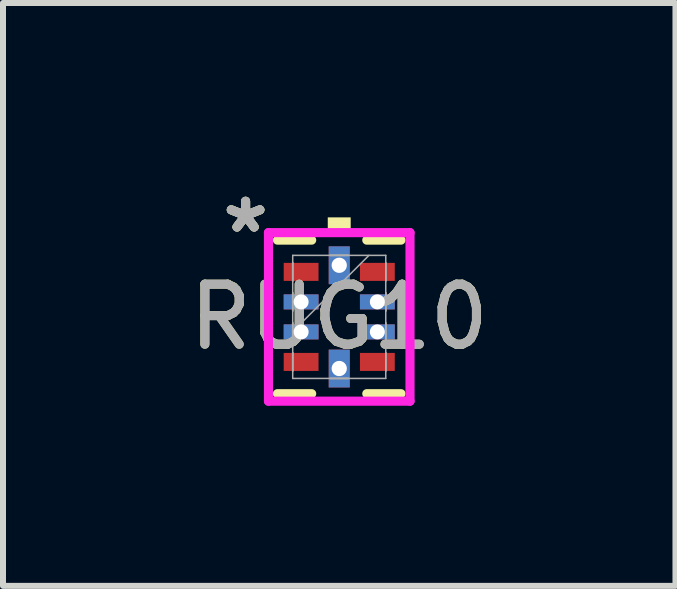
<source format=kicad_pcb>
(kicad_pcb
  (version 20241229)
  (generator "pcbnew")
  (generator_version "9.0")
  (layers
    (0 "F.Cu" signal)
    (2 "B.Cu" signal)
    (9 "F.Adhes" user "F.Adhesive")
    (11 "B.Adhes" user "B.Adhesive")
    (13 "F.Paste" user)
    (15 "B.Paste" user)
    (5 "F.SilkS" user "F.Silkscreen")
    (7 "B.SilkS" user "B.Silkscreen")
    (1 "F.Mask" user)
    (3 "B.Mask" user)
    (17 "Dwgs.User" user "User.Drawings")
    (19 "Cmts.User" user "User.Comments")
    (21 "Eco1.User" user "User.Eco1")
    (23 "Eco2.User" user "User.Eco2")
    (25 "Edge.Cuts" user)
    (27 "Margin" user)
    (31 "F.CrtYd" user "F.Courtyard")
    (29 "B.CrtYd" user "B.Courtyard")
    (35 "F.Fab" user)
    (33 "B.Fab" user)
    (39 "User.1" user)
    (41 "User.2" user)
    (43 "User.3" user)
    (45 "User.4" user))
  (footprint "RUG10"
    (layer "F.Cu")
    (at 2.601 2.229)
    (property "Reference" "RUG10" (at 0 0 0) (unlocked yes) (layer "F.SilkS") (effects (font (size 1 1) (thickness 0.15))))
    (attr through_hole)
    (fp_poly (pts (xy -0.975 -0.95) (xy -0.975 -0.55) (xy -0.295 -0.55) (xy -0.295 -0.95)) (stroke (width 0) (type solid)) (fill yes) (layer "F.Mask"))
    (fp_poly (pts (xy -0.975 -0.45) (xy -0.975 -0.05) (xy -0.295 -0.05) (xy -0.295 -0.45)) (stroke (width 0) (type solid)) (fill yes) (layer "F.Mask"))
    (fp_poly (pts (xy -0.975 0.05) (xy -0.975 0.45) (xy -0.295 0.45) (xy -0.295 0.05)) (stroke (width 0) (type solid)) (fill yes) (layer "F.Mask"))
    (fp_poly (pts (xy -0.975 0.55) (xy -0.975 0.95) (xy -0.295 0.95) (xy -0.295 0.55)) (stroke (width 0) (type solid)) (fill yes) (layer "F.Mask"))
    (fp_poly (pts (xy -0.2 -1.2) (xy -0.2 -0.52) (xy 0.2 -0.52) (xy 0.2 -1.2)) (stroke (width 0) (type solid)) (fill yes) (layer "F.Mask"))
    (fp_poly (pts (xy -0.2 0.52) (xy -0.2 1.2) (xy 0.2 1.2) (xy 0.2 0.52)) (stroke (width 0) (type solid)) (fill yes) (layer "F.Mask"))
    (fp_poly (pts (xy 0.295 -0.95) (xy 0.295 -0.55) (xy 0.975 -0.55) (xy 0.975 -0.95)) (stroke (width 0) (type solid)) (fill yes) (layer "F.Mask"))
    (fp_poly (pts (xy 0.295 -0.45) (xy 0.295 -0.05) (xy 0.975 -0.05) (xy 0.975 -0.45)) (stroke (width 0) (type solid)) (fill yes) (layer "F.Mask"))
    (fp_poly (pts (xy 0.295 0.05) (xy 0.295 0.45) (xy 0.975 0.45) (xy 0.975 0.05)) (stroke (width 0) (type solid)) (fill yes) (layer "F.Mask"))
    (fp_poly (pts (xy 0.295 0.55) (xy 0.295 0.95) (xy 0.975 0.95) (xy 0.975 0.55)) (stroke (width 0) (type solid)) (fill yes) (layer "F.Mask"))
    (fp_line (start -1.029 1.279) (end -0.459 1.279) (stroke (width 0.152) (type solid)) (layer "F.SilkS"))
    (fp_line (start -0.459 -1.279) (end -1.029 -1.279) (stroke (width 0.152) (type solid)) (layer "F.SilkS"))
    (fp_line (start 0.459 1.279) (end 1.029 1.279) (stroke (width 0.152) (type solid)) (layer "F.SilkS"))
    (fp_line (start 1.029 -1.279) (end 0.459 -1.279) (stroke (width 0.152) (type solid)) (layer "F.SilkS"))
    (fp_poly (pts (xy -0.191 -1.404) (xy -0.191 -1.658) (xy 0.191 -1.658) (xy 0.191 -1.404)) (stroke (width 0) (type solid)) (fill yes) (layer "F.SilkS"))
    (fp_poly (pts (xy -0.9 -0.875) (xy -0.9 -0.625) (xy -0.37 -0.625) (xy -0.37 -0.875)) (stroke (width 0) (type solid)) (fill yes) (layer "F.Paste"))
    (fp_poly (pts (xy -0.9 -0.375) (xy -0.9 -0.125) (xy -0.37 -0.125) (xy -0.37 -0.375)) (stroke (width 0) (type solid)) (fill yes) (layer "F.Paste"))
    (fp_poly (pts (xy -0.9 0.125) (xy -0.9 0.375) (xy -0.37 0.375) (xy -0.37 0.125)) (stroke (width 0) (type solid)) (fill yes) (layer "F.Paste"))
    (fp_poly (pts (xy -0.9 0.625) (xy -0.9 0.875) (xy -0.37 0.875) (xy -0.37 0.625)) (stroke (width 0) (type solid)) (fill yes) (layer "F.Paste"))
    (fp_poly (pts (xy -0.125 -1.125) (xy -0.125 -0.595) (xy 0.125 -0.595) (xy 0.125 -1.125)) (stroke (width 0) (type solid)) (fill yes) (layer "F.Paste"))
    (fp_poly (pts (xy -0.125 0.595) (xy -0.125 1.125) (xy 0.125 1.125) (xy 0.125 0.595)) (stroke (width 0) (type solid)) (fill yes) (layer "F.Paste"))
    (fp_poly (pts (xy 0.37 -0.875) (xy 0.37 -0.625) (xy 0.9 -0.625) (xy 0.9 -0.875)) (stroke (width 0) (type solid)) (fill yes) (layer "F.Paste"))
    (fp_poly (pts (xy 0.37 -0.375) (xy 0.37 -0.125) (xy 0.9 -0.125) (xy 0.9 -0.375)) (stroke (width 0) (type solid)) (fill yes) (layer "F.Paste"))
    (fp_poly (pts (xy 0.37 0.125) (xy 0.37 0.375) (xy 0.9 0.375) (xy 0.9 0.125)) (stroke (width 0) (type solid)) (fill yes) (layer "F.Paste"))
    (fp_poly (pts (xy 0.37 0.625) (xy 0.37 0.875) (xy 0.9 0.875) (xy 0.9 0.625)) (stroke (width 0) (type solid)) (fill yes) (layer "F.Paste"))
    (fp_line (start -1.179 -1.404) (end 1.179 -1.404) (stroke (width 0.152) (type solid)) (layer "F.CrtYd"))
    (fp_line (start -1.179 1.404) (end -1.179 -1.404) (stroke (width 0.152) (type solid)) (layer "F.CrtYd"))
    (fp_line (start 1.179 -1.404) (end 1.179 1.404) (stroke (width 0.152) (type solid)) (layer "F.CrtYd"))
    (fp_line (start 1.179 1.404) (end -1.179 1.404) (stroke (width 0.152) (type solid)) (layer "F.CrtYd"))
    (fp_line (start -0.775 -1.025) (end -0.775 1.025) (stroke (width 0.025) (type solid)) (layer "F.Fab"))
    (fp_line (start -0.775 -0.9) (end -0.775 -0.9) (stroke (width 0.025) (type solid)) (layer "F.Fab"))
    (fp_line (start -0.775 -0.9) (end -0.775 -0.6) (stroke (width 0.025) (type solid)) (layer "F.Fab"))
    (fp_line (start -0.775 -0.6) (end -0.775 -0.9) (stroke (width 0.025) (type solid)) (layer "F.Fab"))
    (fp_line (start -0.775 -0.6) (end -0.775 -0.6) (stroke (width 0.025) (type solid)) (layer "F.Fab"))
    (fp_line (start -0.775 -0.4) (end -0.775 -0.4) (stroke (width 0.025) (type solid)) (layer "F.Fab"))
    (fp_line (start -0.775 -0.4) (end -0.775 -0.1) (stroke (width 0.025) (type solid)) (layer "F.Fab"))
    (fp_line (start -0.775 -0.1) (end -0.775 -0.4) (stroke (width 0.025) (type solid)) (layer "F.Fab"))
    (fp_line (start -0.775 -0.1) (end -0.775 -0.1) (stroke (width 0.025) (type solid)) (layer "F.Fab"))
    (fp_line (start -0.775 0.1) (end -0.775 0.1) (stroke (width 0.025) (type solid)) (layer "F.Fab"))
    (fp_line (start -0.775 0.1) (end -0.775 0.4) (stroke (width 0.025) (type solid)) (layer "F.Fab"))
    (fp_line (start -0.775 0.245) (end 0.495 -1.025) (stroke (width 0.025) (type solid)) (layer "F.Fab"))
    (fp_line (start -0.775 0.4) (end -0.775 0.1) (stroke (width 0.025) (type solid)) (layer "F.Fab"))
    (fp_line (start -0.775 0.4) (end -0.775 0.4) (stroke (width 0.025) (type solid)) (layer "F.Fab"))
    (fp_line (start -0.775 0.6) (end -0.775 0.6) (stroke (width 0.025) (type solid)) (layer "F.Fab"))
    (fp_line (start -0.775 0.6) (end -0.775 0.9) (stroke (width 0.025) (type solid)) (layer "F.Fab"))
    (fp_line (start -0.775 0.9) (end -0.775 0.6) (stroke (width 0.025) (type solid)) (layer "F.Fab"))
    (fp_line (start -0.775 0.9) (end -0.775 0.9) (stroke (width 0.025) (type solid)) (layer "F.Fab"))
    (fp_line (start -0.775 1.025) (end 0.775 1.025) (stroke (width 0.025) (type solid)) (layer "F.Fab"))
    (fp_line (start -0.15 -1.025) (end -0.15 -1.025) (stroke (width 0.025) (type solid)) (layer "F.Fab"))
    (fp_line (start -0.15 -1.025) (end 0.15 -1.025) (stroke (width 0.025) (type solid)) (layer "F.Fab"))
    (fp_line (start -0.15 1.025) (end -0.15 1.025) (stroke (width 0.025) (type solid)) (layer "F.Fab"))
    (fp_line (start -0.15 1.025) (end 0.15 1.025) (stroke (width 0.025) (type solid)) (layer "F.Fab"))
    (fp_line (start 0.15 -1.025) (end -0.15 -1.025) (stroke (width 0.025) (type solid)) (layer "F.Fab"))
    (fp_line (start 0.15 -1.025) (end 0.15 -1.025) (stroke (width 0.025) (type solid)) (layer "F.Fab"))
    (fp_line (start 0.15 1.025) (end -0.15 1.025) (stroke (width 0.025) (type solid)) (layer "F.Fab"))
    (fp_line (start 0.15 1.025) (end 0.15 1.025) (stroke (width 0.025) (type solid)) (layer "F.Fab"))
    (fp_line (start 0.775 -1.025) (end -0.775 -1.025) (stroke (width 0.025) (type solid)) (layer "F.Fab"))
    (fp_line (start 0.775 -0.9) (end 0.775 -0.9) (stroke (width 0.025) (type solid)) (layer "F.Fab"))
    (fp_line (start 0.775 -0.9) (end 0.775 -0.6) (stroke (width 0.025) (type solid)) (layer "F.Fab"))
    (fp_line (start 0.775 -0.6) (end 0.775 -0.9) (stroke (width 0.025) (type solid)) (layer "F.Fab"))
    (fp_line (start 0.775 -0.6) (end 0.775 -0.6) (stroke (width 0.025) (type solid)) (layer "F.Fab"))
    (fp_line (start 0.775 -0.4) (end 0.775 -0.4) (stroke (width 0.025) (type solid)) (layer "F.Fab"))
    (fp_line (start 0.775 -0.4) (end 0.775 -0.1) (stroke (width 0.025) (type solid)) (layer "F.Fab"))
    (fp_line (start 0.775 -0.1) (end 0.775 -0.4) (stroke (width 0.025) (type solid)) (layer "F.Fab"))
    (fp_line (start 0.775 -0.1) (end 0.775 -0.1) (stroke (width 0.025) (type solid)) (layer "F.Fab"))
    (fp_line (start 0.775 0.1) (end 0.775 0.1) (stroke (width 0.025) (type solid)) (layer "F.Fab"))
    (fp_line (start 0.775 0.1) (end 0.775 0.4) (stroke (width 0.025) (type solid)) (layer "F.Fab"))
    (fp_line (start 0.775 0.4) (end 0.775 0.1) (stroke (width 0.025) (type solid)) (layer "F.Fab"))
    (fp_line (start 0.775 0.4) (end 0.775 0.4) (stroke (width 0.025) (type solid)) (layer "F.Fab"))
    (fp_line (start 0.775 0.6) (end 0.775 0.6) (stroke (width 0.025) (type solid)) (layer "F.Fab"))
    (fp_line (start 0.775 0.6) (end 0.775 0.9) (stroke (width 0.025) (type solid)) (layer "F.Fab"))
    (fp_line (start 0.775 0.9) (end 0.775 0.6) (stroke (width 0.025) (type solid)) (layer "F.Fab"))
    (fp_line (start 0.775 0.9) (end 0.775 0.9) (stroke (width 0.025) (type solid)) (layer "F.Fab"))
    (fp_line (start 0.775 1.025) (end 0.775 -1.025) (stroke (width 0.025) (type solid)) (layer "F.Fab"))
    (fp_text user "*" (at -1.56 -1.381 0) (layer "F.SilkS") (effects (font (size 1 1) (thickness 0.15))))
    (fp_text user "*" (at -1.56 -1.381 0) (unlocked yes) (layer "F.SilkS") (effects (font (size 1 1) (thickness 0.15))))
    (fp_text user "${REFERENCE}" (at 0 0 0) (unlocked yes) (layer "F.Fab") (effects (font (size 1 1) (thickness 0.15))))
    (fp_text user "*" (at -1.56 -1.381 0) (unlocked yes) (layer "F.Fab") (effects (font (size 1 1) (thickness 0.15))))
    (fp_text user "*" (at -1.56 -1.381 0) (layer "F.Fab") (effects (font (size 1 1) (thickness 0.15))))
    (pad "" np_thru_hole rect (at -0.635 -0.25 90) (size 0.25 0.58) (drill 0.254) (layers "*.Cu" "*.Mask"))
    (pad "" np_thru_hole rect (at -0.635 0.25 90) (size 0.25 0.58) (drill 0.254) (layers "*.Cu" "*.Mask"))
    (pad "" np_thru_hole rect (at 0.635 -0.25 90) (size 0.25 0.58) (drill 0.254) (layers "*.Cu" "*.Mask"))
    (pad "" np_thru_hole rect (at 0.635 0.25 90) (size 0.25 0.58) (drill 0.254) (layers "*.Cu" "*.Mask"))
    (pad "1" smd rect (at -0.635 -0.75 90) (size 0.3 0.58) (layers "F.Cu" "F.Mask"))
    (pad "4" smd rect (at -0.635 0.75 90) (size 0.3 0.58) (layers "F.Cu" "F.Mask"))
    (pad "5" thru_hole rect (at 0 0.86) (size 0.35 0.63) (drill 0.254) (layers "*.Cu" "*.Mask"))
    (pad "6" smd rect (at 0.635 0.75 90) (size 0.3 0.58) (layers "F.Cu" "F.Mask"))
    (pad "9" smd rect (at 0.635 -0.75 90) (size 0.3 0.58) (layers "F.Cu" "F.Mask"))
    (pad "10" thru_hole rect (at 0 -0.86) (size 0.35 0.63) (drill 0.254) (layers "*.Cu" "*.Mask")))
  (gr_rect
    (start -3 -3)
    (end 8.202 6.709)
    (stroke (width 0.1) (type default))
    (fill no)
    (layer "Edge.Cuts")))
</source>
